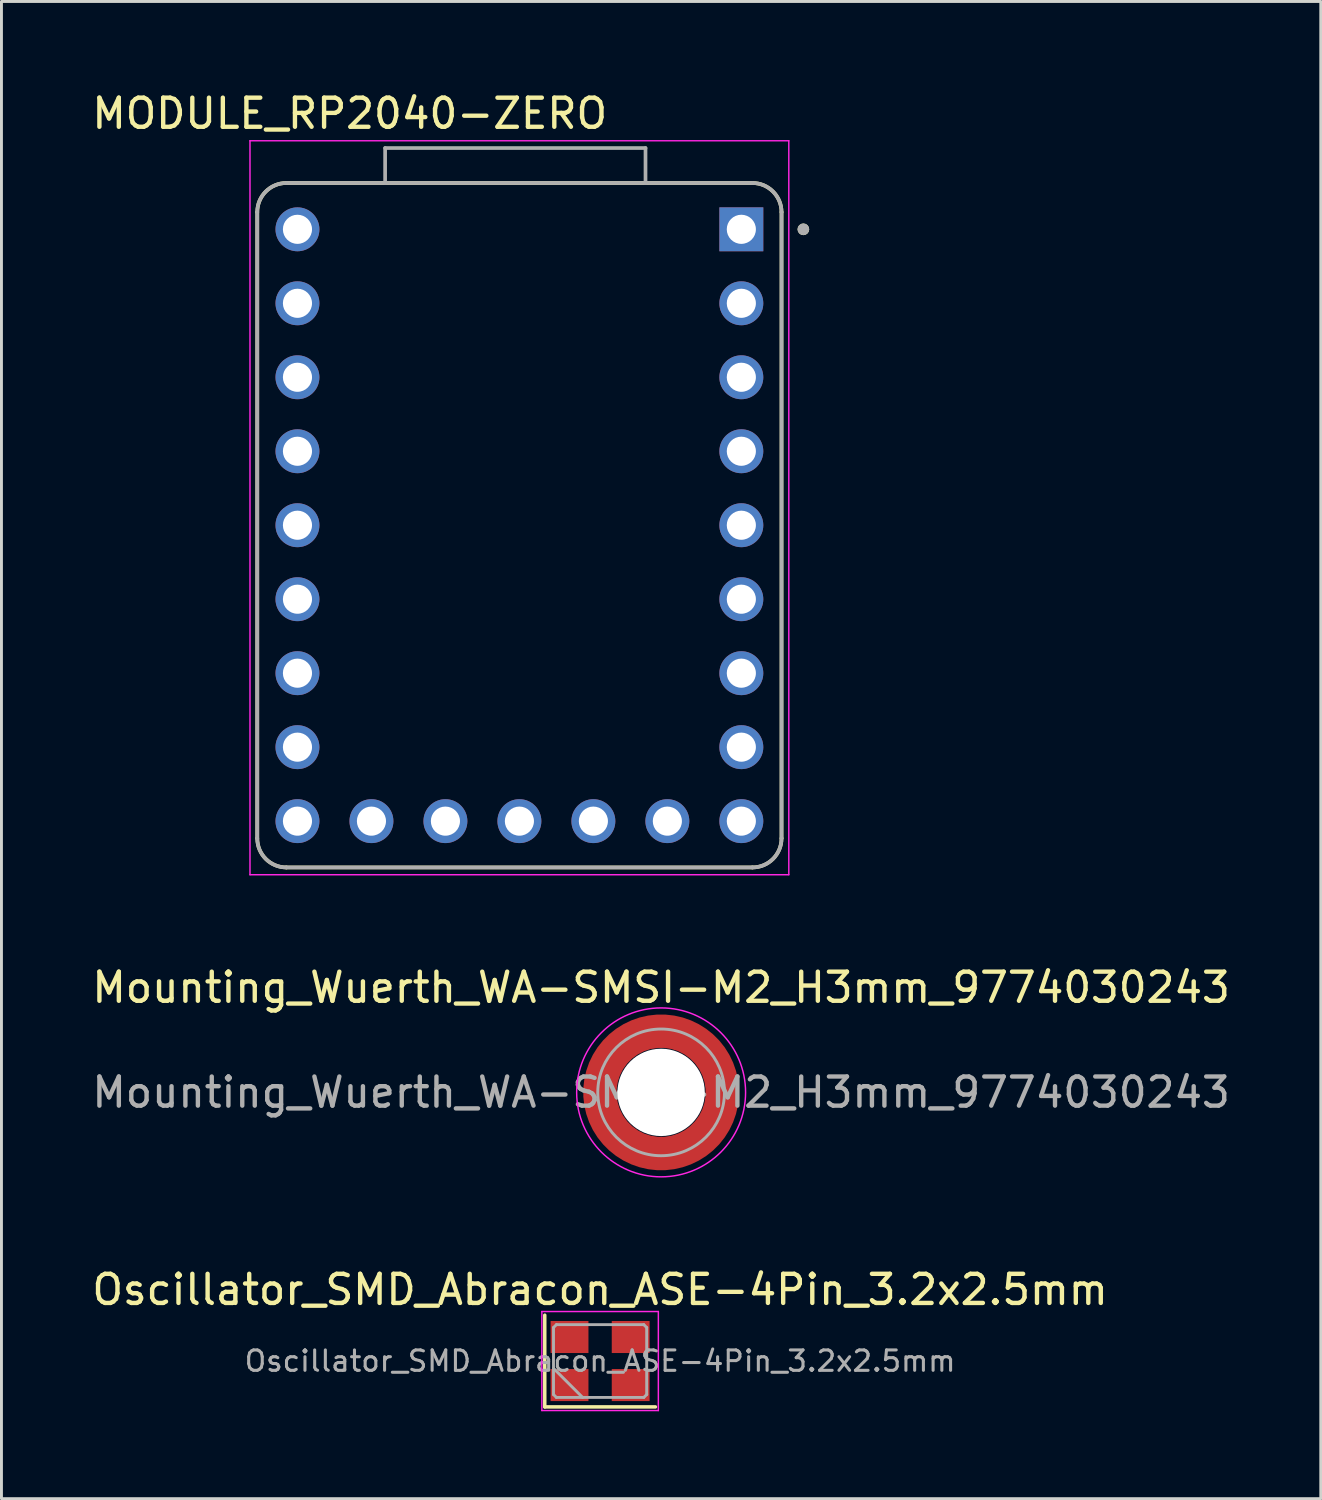
<source format=kicad_pcb>
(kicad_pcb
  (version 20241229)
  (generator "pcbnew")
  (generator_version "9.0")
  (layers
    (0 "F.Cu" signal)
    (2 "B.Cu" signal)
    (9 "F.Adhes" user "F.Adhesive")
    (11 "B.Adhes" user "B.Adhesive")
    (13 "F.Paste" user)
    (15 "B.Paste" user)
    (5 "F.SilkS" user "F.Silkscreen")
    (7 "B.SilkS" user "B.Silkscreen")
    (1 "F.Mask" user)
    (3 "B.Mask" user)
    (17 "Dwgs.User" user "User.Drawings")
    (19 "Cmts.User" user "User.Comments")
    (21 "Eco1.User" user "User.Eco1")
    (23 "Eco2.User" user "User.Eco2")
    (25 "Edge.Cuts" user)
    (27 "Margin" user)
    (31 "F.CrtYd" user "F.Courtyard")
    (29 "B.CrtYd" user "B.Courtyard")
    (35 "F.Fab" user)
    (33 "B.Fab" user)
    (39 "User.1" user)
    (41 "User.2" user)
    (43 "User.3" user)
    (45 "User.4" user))
  (footprint "MODULE_RP2040-ZERO"
    (layer "F.Cu")
    (at 14.783 14.983)
    (property "Reference" "MODULE_RP2040-ZERO" (at -5.825 -14.135 0) (layer "F.SilkS") (effects (font (size 1 1) (thickness 0.15))))
    (attr through_hole)
    (fp_line (start -9 -10.75) (end -9 10.75) (stroke (width 0.127) (type solid)) (layer "F.SilkS"))
    (fp_line (start -8 11.75) (end 8 11.75) (stroke (width 0.127) (type solid)) (layer "F.SilkS"))
    (fp_line (start 8 -11.75) (end -8 -11.75) (stroke (width 0.127) (type solid)) (layer "F.SilkS"))
    (fp_line (start 9 10.75) (end 9 -10.75) (stroke (width 0.127) (type solid)) (layer "F.SilkS"))
    (fp_arc (start -9 -10.75) (mid -8.707107 -11.457107) (end -8 -11.75) (stroke (width 0.127) (type solid)) (layer "F.SilkS"))
    (fp_arc (start -8 11.75) (mid -8.707107 11.457107) (end -9 10.75) (stroke (width 0.127) (type solid)) (layer "F.SilkS"))
    (fp_arc (start 8 -11.75) (mid 8.707107 -11.457107) (end 9 -10.75) (stroke (width 0.127) (type solid)) (layer "F.SilkS"))
    (fp_arc (start 9 10.75) (mid 8.707107 11.457107) (end 8 11.75) (stroke (width 0.127) (type solid)) (layer "F.SilkS"))
    (fp_circle (center 9.75 -10.16) (end 9.85 -10.16) (stroke (width 0.2) (type solid)) (fill no) (layer "F.SilkS"))
    (fp_line (start -9.25 -13.2) (end -9.25 12) (stroke (width 0.05) (type solid)) (layer "F.CrtYd"))
    (fp_line (start -9.25 12) (end 9.25 12) (stroke (width 0.05) (type solid)) (layer "F.CrtYd"))
    (fp_line (start 9.25 -13.2) (end -9.25 -13.2) (stroke (width 0.05) (type solid)) (layer "F.CrtYd"))
    (fp_line (start 9.25 12) (end 9.25 -13.2) (stroke (width 0.05) (type solid)) (layer "F.CrtYd"))
    (fp_line (start -9 -10.75) (end -9 10.75) (stroke (width 0.127) (type solid)) (layer "F.Fab"))
    (fp_line (start -8 11.75) (end 8 11.75) (stroke (width 0.127) (type solid)) (layer "F.Fab"))
    (fp_line (start -4.61 -12.95) (end -4.61 -11.75) (stroke (width 0.127) (type solid)) (layer "F.Fab"))
    (fp_line (start -4.61 -12.95) (end 4.33 -12.95) (stroke (width 0.127) (type solid)) (layer "F.Fab"))
    (fp_line (start -4.61 -11.75) (end -8 -11.75) (stroke (width 0.127) (type solid)) (layer "F.Fab"))
    (fp_line (start 4.33 -12.95) (end 4.33 -11.75) (stroke (width 0.127) (type solid)) (layer "F.Fab"))
    (fp_line (start 4.33 -11.75) (end -4.61 -11.75) (stroke (width 0.127) (type solid)) (layer "F.Fab"))
    (fp_line (start 8 -11.75) (end 4.33 -11.75) (stroke (width 0.127) (type solid)) (layer "F.Fab"))
    (fp_line (start 9 10.75) (end 9 -10.75) (stroke (width 0.127) (type solid)) (layer "F.Fab"))
    (fp_arc (start -9 -10.75) (mid -8.707107 -11.457107) (end -8 -11.75) (stroke (width 0.127) (type solid)) (layer "F.Fab"))
    (fp_arc (start -8 11.75) (mid -8.707107 11.457107) (end -9 10.75) (stroke (width 0.127) (type solid)) (layer "F.Fab"))
    (fp_arc (start 8 -11.75) (mid 8.707107 -11.457107) (end 9 -10.75) (stroke (width 0.127) (type solid)) (layer "F.Fab"))
    (fp_arc (start 9 10.75) (mid 8.707107 11.457107) (end 8 11.75) (stroke (width 0.127) (type solid)) (layer "F.Fab"))
    (fp_circle (center 9.75 -10.16) (end 9.85 -10.16) (stroke (width 0.2) (type solid)) (fill no) (layer "F.Fab"))
    (pad "1" thru_hole rect (at 7.62 -10.16) (size 1.508 1.508) (drill 1) (layers "*.Cu" "*.Mask"))
    (pad "2" thru_hole circle (at 7.62 -7.62) (size 1.508 1.508) (drill 1) (layers "*.Cu" "*.Mask"))
    (pad "3" thru_hole circle (at 7.62 -5.08) (size 1.508 1.508) (drill 1) (layers "*.Cu" "*.Mask"))
    (pad "4" thru_hole circle (at 7.62 -2.54) (size 1.508 1.508) (drill 1) (layers "*.Cu" "*.Mask"))
    (pad "5" thru_hole circle (at 7.62 0) (size 1.508 1.508) (drill 1) (layers "*.Cu" "*.Mask"))
    (pad "6" thru_hole circle (at 7.62 2.54) (size 1.508 1.508) (drill 1) (layers "*.Cu" "*.Mask"))
    (pad "7" thru_hole circle (at 7.62 5.08) (size 1.508 1.508) (drill 1) (layers "*.Cu" "*.Mask"))
    (pad "8" thru_hole circle (at 7.62 7.62) (size 1.508 1.508) (drill 1) (layers "*.Cu" "*.Mask"))
    (pad "9" thru_hole circle (at 7.62 10.16) (size 1.508 1.508) (drill 1) (layers "*.Cu" "*.Mask"))
    (pad "10" thru_hole circle (at 5.08 10.16) (size 1.508 1.508) (drill 1) (layers "*.Cu" "*.Mask"))
    (pad "11" thru_hole circle (at 2.54 10.16) (size 1.508 1.508) (drill 1) (layers "*.Cu" "*.Mask"))
    (pad "12" thru_hole circle (at 0 10.16) (size 1.508 1.508) (drill 1) (layers "*.Cu" "*.Mask"))
    (pad "13" thru_hole circle (at -2.54 10.16) (size 1.508 1.508) (drill 1) (layers "*.Cu" "*.Mask"))
    (pad "14" thru_hole circle (at -5.08 10.16) (size 1.508 1.508) (drill 1) (layers "*.Cu" "*.Mask"))
    (pad "15" thru_hole circle (at -7.62 10.16) (size 1.508 1.508) (drill 1) (layers "*.Cu" "*.Mask"))
    (pad "16" thru_hole circle (at -7.62 7.62) (size 1.508 1.508) (drill 1) (layers "*.Cu" "*.Mask"))
    (pad "17" thru_hole circle (at -7.62 5.08) (size 1.508 1.508) (drill 1) (layers "*.Cu" "*.Mask"))
    (pad "18" thru_hole circle (at -7.62 2.54) (size 1.508 1.508) (drill 1) (layers "*.Cu" "*.Mask"))
    (pad "19" thru_hole circle (at -7.62 0) (size 1.508 1.508) (drill 1) (layers "*.Cu" "*.Mask"))
    (pad "20" thru_hole circle (at -7.62 -2.54) (size 1.508 1.508) (drill 1) (layers "*.Cu" "*.Mask"))
    (pad "21" thru_hole circle (at -7.62 -5.08) (size 1.508 1.508) (drill 1) (layers "*.Cu" "*.Mask"))
    (pad "22" thru_hole circle (at -7.62 -7.62) (size 1.508 1.508) (drill 1) (layers "*.Cu" "*.Mask"))
    (pad "23" thru_hole circle (at -7.62 -10.16) (size 1.508 1.508) (drill 1) (layers "*.Cu" "*.Mask")))
  (footprint "Mounting_Wuerth_WA-SMSI-M2_H3mm_9774030243"
    (layer "F.Cu")
    (at 19.649 34.456)
    (property "Reference" "Mounting_Wuerth_WA-SMSI-M2_H3mm_9774030243" (at 0 -3.6 0) (layer "F.SilkS") (effects (font (size 1 1) (thickness 0.15))))
    (attr smd)
    (fp_circle (center 0 0) (end 2.9 0) (stroke (width 0.05) (type solid)) (fill no) (layer "F.CrtYd"))
    (fp_circle (center 0 0) (end 2.175 0) (stroke (width 0.1) (type solid)) (fill no) (layer "F.Fab"))
    (fp_text user "${REFERENCE}" (at 0 0 0) (layer "F.Fab") (effects (font (size 1 1) (thickness 0.15))))
    (pad "" smd custom (at -1.453 -1.453) (size 0.61 0.61) (layers "F.Paste") (options (anchor circle)) (primitives (gr_arc (start -0.147677 1.053104) (mid 0.285964 0.286792) (end 1.051968 -0.147393) (width 0.2)) (gr_arc (start -0.240295 1.053104) (mid 0.22253 0.222946) (end 1.052531 -0.24016) (width 0.2)) (gr_arc (start -0.332645 1.053104) (mid 0.158548 0.15965) (end 1.051583 -0.332304) (width 0.2)) (gr_arc (start -0.424767 1.053104) (mid 0.09486 0.096059) (end 1.051446 -0.424413) (width 0.2)) (gr_arc (start -0.516693 1.053104) (mid 0.031293 0.032346) (end 1.051645 -0.516396) (width 0.2)) (gr_arc (start -0.608448 1.053104) (mid -0.032323 -0.031316) (end 1.051707 -0.608176) (width 0.2)) (gr_arc (start -0.700056 1.053104) (mid -0.09616 -0.094758) (end 1.051155 -0.699693) (width 0.2)) (gr_arc (start -0.791534 1.053104) (mid -0.160388 -0.15781) (end 1.049515 -0.790891) (width 0.2)) (gr_arc (start -0.882896 1.053104) (mid -0.223713 -0.221764) (end 1.050388 -0.882429) (width 0.2)) (gr_arc (start -0.974157 1.053104) (mid -0.287654 -0.2851) (end 1.049541 -0.973566) (width 0.2)) (gr_line (start 1.053 -0.148) (end 1.053 -0.974) (width 0.2)) (gr_line (start -0.148 1.053) (end -0.974 1.053) (width 0.2))))
    (pad "" smd custom (at -1.453 1.453) (size 0.61 0.61) (layers "F.Paste") (options (anchor circle)) (primitives (gr_arc (start 1.053104 0.147677) (mid 0.286792 -0.285964) (end -0.147393 -1.051968) (width 0.2)) (gr_arc (start 1.053104 0.240295) (mid 0.222946 -0.22253) (end -0.24016 -1.052531) (width 0.2)) (gr_arc (start 1.053104 0.332645) (mid 0.15965 -0.158548) (end -0.332304 -1.051583) (width 0.2)) (gr_arc (start 1.053104 0.424767) (mid 0.096059 -0.09486) (end -0.424413 -1.051446) (width 0.2)) (gr_arc (start 1.053104 0.516693) (mid 0.032346 -0.031293) (end -0.516396 -1.051645) (width 0.2)) (gr_arc (start 1.053104 0.608448) (mid -0.031316 0.032323) (end -0.608176 -1.051707) (width 0.2)) (gr_arc (start 1.053104 0.700056) (mid -0.094758 0.09616) (end -0.699693 -1.051155) (width 0.2)) (gr_arc (start 1.053104 0.791534) (mid -0.15781 0.160388) (end -0.790891 -1.049515) (width 0.2)) (gr_arc (start 1.053104 0.882896) (mid -0.221765 0.223713) (end -0.882429 -1.050388) (width 0.2)) (gr_arc (start 1.053104 0.974157) (mid -0.2851 0.287654) (end -0.973566 -1.049541) (width 0.2)) (gr_line (start -0.148 -1.053) (end -0.974 -1.053) (width 0.2)) (gr_line (start 1.053 0.148) (end 1.053 0.974) (width 0.2))))
    (pad "" np_thru_hole circle (at 0 0) (size 3 3) (drill 3) (layers "*.Cu" "*.Mask"))
    (pad "" smd custom (at 1.453 -1.453) (size 0.61 0.61) (layers "F.Paste") (options (anchor circle)) (primitives (gr_arc (start -1.053104 -0.147677) (mid -0.286792 0.285964) (end 0.147393 1.051968) (width 0.2)) (gr_arc (start -1.053104 -0.240295) (mid -0.222946 0.22253) (end 0.24016 1.052531) (width 0.2)) (gr_arc (start -1.053104 -0.332645) (mid -0.15965 0.158548) (end 0.332304 1.051583) (width 0.2)) (gr_arc (start -1.053104 -0.424767) (mid -0.096059 0.09486) (end 0.424413 1.051446) (width 0.2)) (gr_arc (start -1.053104 -0.516693) (mid -0.032346 0.031293) (end 0.516396 1.051645) (width 0.2)) (gr_arc (start -1.053104 -0.608448) (mid 0.031316 -0.032323) (end 0.608176 1.051707) (width 0.2)) (gr_arc (start -1.053104 -0.700056) (mid 0.094758 -0.09616) (end 0.699693 1.051155) (width 0.2)) (gr_arc (start -1.053104 -0.791534) (mid 0.15781 -0.160388) (end 0.790891 1.049515) (width 0.2)) (gr_arc (start -1.053104 -0.882896) (mid 0.221764 -0.223713) (end 0.882429 1.050388) (width 0.2)) (gr_arc (start -1.053104 -0.974157) (mid 0.2851 -0.287654) (end 0.973566 1.049541) (width 0.2)) (gr_line (start 0.148 1.053) (end 0.974 1.053) (width 0.2)) (gr_line (start -1.053 -0.148) (end -1.053 -0.974) (width 0.2))))
    (pad "" smd custom (at 1.453 1.453) (size 0.61 0.61) (layers "F.Paste") (options (anchor circle)) (primitives (gr_arc (start 0.147677 -1.053104) (mid -0.285964 -0.286792) (end -1.051968 0.147393) (width 0.2)) (gr_arc (start 0.240295 -1.053104) (mid -0.22253 -0.222946) (end -1.052531 0.24016) (width 0.2)) (gr_arc (start 0.332645 -1.053104) (mid -0.158548 -0.15965) (end -1.051583 0.332304) (width 0.2)) (gr_arc (start 0.424767 -1.053104) (mid -0.09486 -0.096059) (end -1.051446 0.424413) (width 0.2)) (gr_arc (start 0.516693 -1.053104) (mid -0.031293 -0.032346) (end -1.051645 0.516396) (width 0.2)) (gr_arc (start 0.608448 -1.053104) (mid 0.032323 0.031316) (end -1.051707 0.608176) (width 0.2)) (gr_arc (start 0.700056 -1.053104) (mid 0.09616 0.094758) (end -1.051155 0.699693) (width 0.2)) (gr_arc (start 0.791534 -1.053104) (mid 0.160388 0.15781) (end -1.049515 0.790891) (width 0.2)) (gr_arc (start 0.882896 -1.053104) (mid 0.223713 0.221764) (end -1.050388 0.882429) (width 0.2)) (gr_arc (start 0.974157 -1.053104) (mid 0.287654 0.2851) (end -1.049541 0.973566) (width 0.2)) (gr_line (start -1.053 0.148) (end -1.053 0.974) (width 0.2)) (gr_line (start 0.148 -1.053) (end 0.974 -1.053) (width 0.2))))
    (pad "1" smd custom (at 2.075 0) (size 0.75 0.75) (layers "F.Cu" "F.Mask") (options (anchor circle)) (primitives (gr_circle (center -2.075 0) (end 0.025 0) (width 1.15) (fill no)))))
  (footprint "Oscillator_SMD_Abracon_ASE-4Pin_3.2x2.5mm"
    (layer "F.Cu")
    (at 17.554 43.68)
    (property "Reference" "Oscillator_SMD_Abracon_ASE-4Pin_3.2x2.5mm" (at 0 -2.45 0) (layer "F.SilkS") (effects (font (size 1 1) (thickness 0.15))))
    (attr smd)
    (fp_line (start -1.9 -1.575) (end -1.9 1.575) (stroke (width 0.12) (type solid)) (layer "F.SilkS"))
    (fp_line (start -1.9 1.575) (end 1.9 1.575) (stroke (width 0.12) (type solid)) (layer "F.SilkS"))
    (fp_line (start -2 -1.7) (end -2 1.7) (stroke (width 0.05) (type solid)) (layer "F.CrtYd"))
    (fp_line (start -2 1.7) (end 2 1.7) (stroke (width 0.05) (type solid)) (layer "F.CrtYd"))
    (fp_line (start 2 -1.7) (end -2 -1.7) (stroke (width 0.05) (type solid)) (layer "F.CrtYd"))
    (fp_line (start 2 1.7) (end 2 -1.7) (stroke (width 0.05) (type solid)) (layer "F.CrtYd"))
    (fp_line (start -1.6 -1.15) (end -1.5 -1.25) (stroke (width 0.1) (type solid)) (layer "F.Fab"))
    (fp_line (start -1.6 0.25) (end -0.6 1.25) (stroke (width 0.1) (type solid)) (layer "F.Fab"))
    (fp_line (start -1.6 1.15) (end -1.6 -1.15) (stroke (width 0.1) (type solid)) (layer "F.Fab"))
    (fp_line (start -1.5 -1.25) (end 1.5 -1.25) (stroke (width 0.1) (type solid)) (layer "F.Fab"))
    (fp_line (start -1.5 1.25) (end -1.6 1.15) (stroke (width 0.1) (type solid)) (layer "F.Fab"))
    (fp_line (start 1.5 -1.25) (end 1.6 -1.15) (stroke (width 0.1) (type solid)) (layer "F.Fab"))
    (fp_line (start 1.5 1.25) (end -1.5 1.25) (stroke (width 0.1) (type solid)) (layer "F.Fab"))
    (fp_line (start 1.6 -1.15) (end 1.6 1.15) (stroke (width 0.1) (type solid)) (layer "F.Fab"))
    (fp_line (start 1.6 1.15) (end 1.5 1.25) (stroke (width 0.1) (type solid)) (layer "F.Fab"))
    (fp_text user "${REFERENCE}" (at 0 0 0) (layer "F.Fab") (effects (font (size 0.7 0.7) (thickness 0.105))))
    (pad "1" smd rect (at -1.05 0.825) (size 1.3 1.1) (layers "F.Cu" "F.Mask" "F.Paste"))
    (pad "2" smd rect (at 1.05 0.825) (size 1.3 1.1) (layers "F.Cu" "F.Mask" "F.Paste"))
    (pad "3" smd rect (at 1.05 -0.825) (size 1.3 1.1) (layers "F.Cu" "F.Mask" "F.Paste"))
    (pad "4" smd rect (at -1.05 -0.825) (size 1.3 1.1) (layers "F.Cu" "F.Mask" "F.Paste")))
  (gr_rect
    (start -3 -3)
    (end 42.298 48.405)
    (stroke (width 0.1) (type default))
    (fill no)
    (layer "Edge.Cuts")))
</source>
